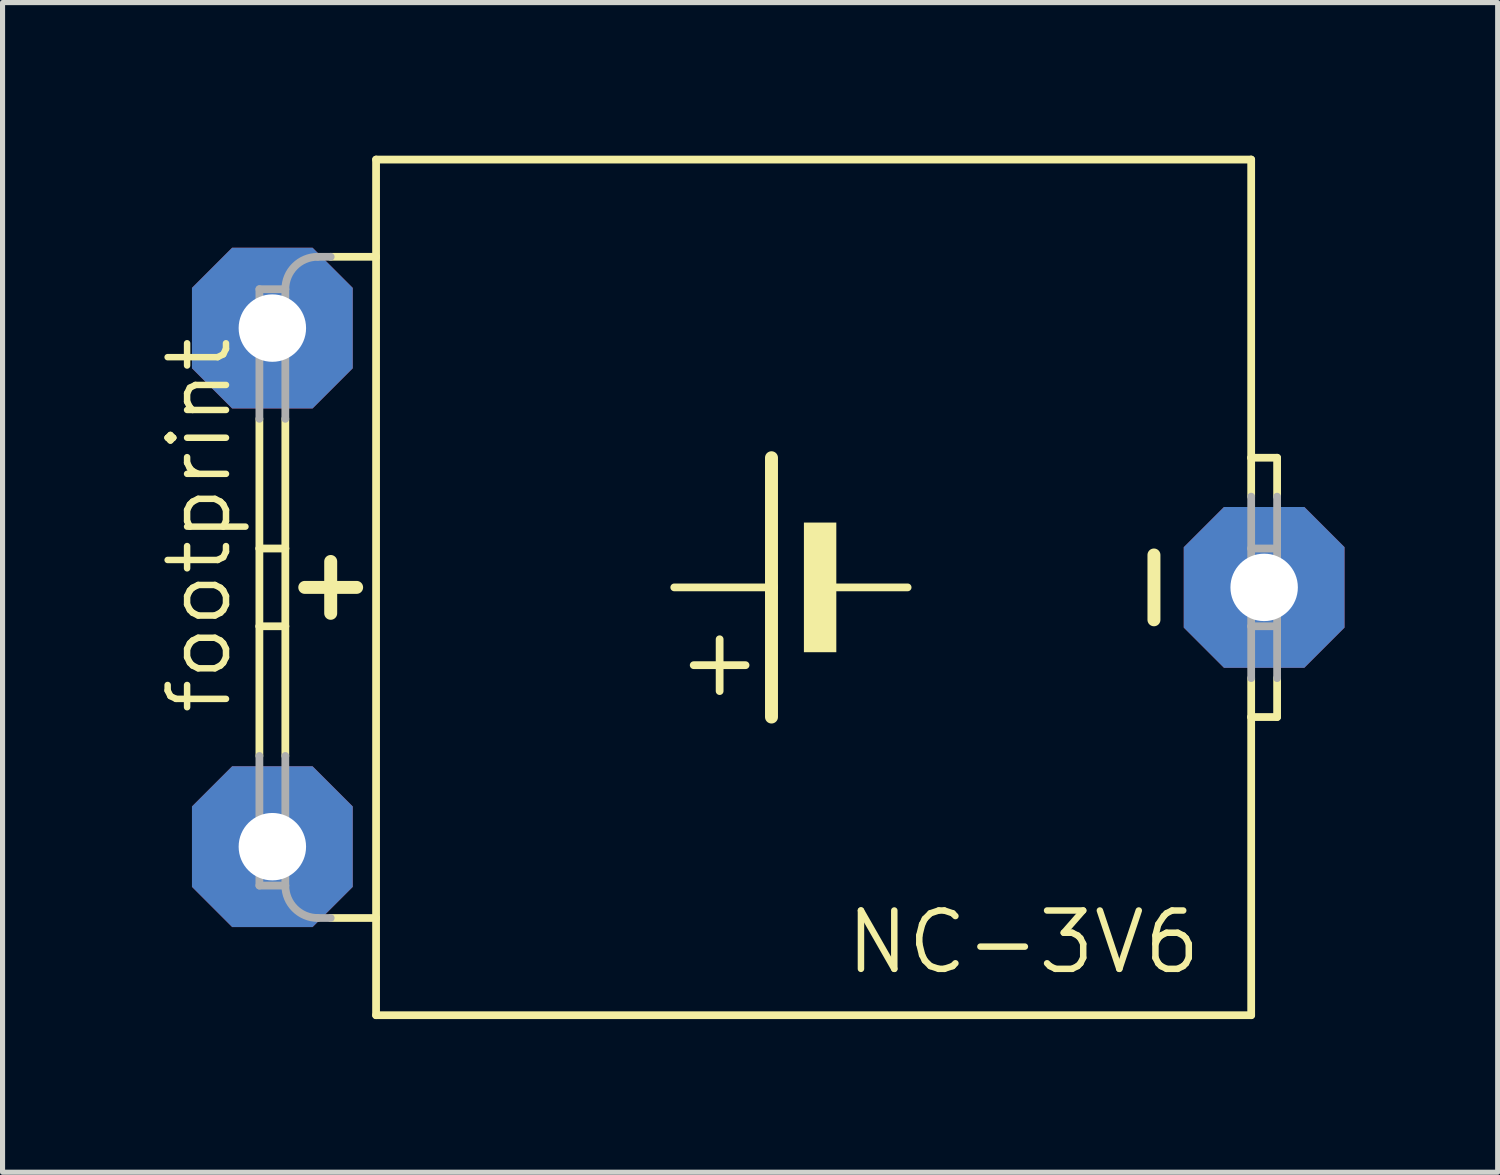
<source format=kicad_pcb>
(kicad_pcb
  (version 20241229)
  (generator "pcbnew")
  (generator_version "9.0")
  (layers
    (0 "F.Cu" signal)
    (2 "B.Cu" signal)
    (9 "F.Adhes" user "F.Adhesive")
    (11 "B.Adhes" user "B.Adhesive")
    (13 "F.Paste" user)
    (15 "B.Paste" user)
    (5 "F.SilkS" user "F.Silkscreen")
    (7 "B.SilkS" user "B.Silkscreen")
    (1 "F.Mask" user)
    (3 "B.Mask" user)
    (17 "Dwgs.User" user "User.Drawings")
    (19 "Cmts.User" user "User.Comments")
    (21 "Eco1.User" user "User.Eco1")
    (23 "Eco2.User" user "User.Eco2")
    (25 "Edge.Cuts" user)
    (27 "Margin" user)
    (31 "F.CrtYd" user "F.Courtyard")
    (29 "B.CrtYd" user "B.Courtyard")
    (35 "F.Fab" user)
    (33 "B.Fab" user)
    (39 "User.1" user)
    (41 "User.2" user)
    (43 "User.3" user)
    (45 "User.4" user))
  (footprint "footprint"
    (layer "F.Cu")
    (at 12.446 8.458)
    (property "Reference" "footprint" (at -10.922 2.54 90) (layer "F.SilkS") (effects (font (size 1.143 1.143) (thickness 0.127)) (justify left bottom)))
    (fp_line (start -10.414 -0.762) (end -10.414 -3.302) (stroke (width 0.152) (type solid)) (layer "F.SilkS"))
    (fp_line (start -10.414 0.762) (end -10.414 -0.762) (stroke (width 0.152) (type solid)) (layer "F.SilkS"))
    (fp_line (start -10.414 3.302) (end -10.414 0.762) (stroke (width 0.152) (type solid)) (layer "F.SilkS"))
    (fp_line (start -9.906 -0.762) (end -10.414 -0.762) (stroke (width 0.152) (type solid)) (layer "F.SilkS"))
    (fp_line (start -9.906 -0.762) (end -9.906 -3.302) (stroke (width 0.152) (type solid)) (layer "F.SilkS"))
    (fp_line (start -9.906 0.762) (end -10.414 0.762) (stroke (width 0.152) (type solid)) (layer "F.SilkS"))
    (fp_line (start -9.906 0.762) (end -9.906 -0.762) (stroke (width 0.152) (type solid)) (layer "F.SilkS"))
    (fp_line (start -9.906 3.302) (end -9.906 0.762) (stroke (width 0.152) (type solid)) (layer "F.SilkS"))
    (fp_line (start -9.525 0) (end -8.509 0) (stroke (width 0.254) (type solid)) (layer "F.SilkS"))
    (fp_line (start -9.017 -0.508) (end -9.017 0.508) (stroke (width 0.254) (type solid)) (layer "F.SilkS"))
    (fp_line (start -9.017 6.477) (end -8.128 6.477) (stroke (width 0.152) (type solid)) (layer "F.SilkS"))
    (fp_line (start -8.128 -8.382) (end 9.017 -8.382) (stroke (width 0.152) (type solid)) (layer "F.SilkS"))
    (fp_line (start -8.128 -6.477) (end -9.017 -6.477) (stroke (width 0.152) (type solid)) (layer "F.SilkS"))
    (fp_line (start -8.128 -6.477) (end -8.128 -8.382) (stroke (width 0.152) (type solid)) (layer "F.SilkS"))
    (fp_line (start -8.128 -6.477) (end -8.128 6.477) (stroke (width 0.152) (type solid)) (layer "F.SilkS"))
    (fp_line (start -8.128 6.477) (end -8.128 8.382) (stroke (width 0.152) (type solid)) (layer "F.SilkS"))
    (fp_line (start -8.128 8.382) (end 9.017 8.382) (stroke (width 0.152) (type solid)) (layer "F.SilkS"))
    (fp_line (start -1.397 2.032) (end -1.397 1.016) (stroke (width 0.152) (type solid)) (layer "F.SilkS"))
    (fp_line (start -0.889 1.524) (end -1.905 1.524) (stroke (width 0.152) (type solid)) (layer "F.SilkS"))
    (fp_line (start -0.381 0) (end -2.286 0) (stroke (width 0.152) (type solid)) (layer "F.SilkS"))
    (fp_line (start -0.381 0) (end -0.381 -2.54) (stroke (width 0.254) (type solid)) (layer "F.SilkS"))
    (fp_line (start -0.381 2.54) (end -0.381 0) (stroke (width 0.254) (type solid)) (layer "F.SilkS"))
    (fp_line (start 2.286 0) (end 0.889 0) (stroke (width 0.152) (type solid)) (layer "F.SilkS"))
    (fp_line (start 7.112 -0.635) (end 7.112 0.635) (stroke (width 0.254) (type solid)) (layer "F.SilkS"))
    (fp_line (start 9.017 -2.54) (end 9.017 -8.382) (stroke (width 0.152) (type solid)) (layer "F.SilkS"))
    (fp_line (start 9.017 -1.778) (end 9.017 -2.54) (stroke (width 0.152) (type solid)) (layer "F.SilkS"))
    (fp_line (start 9.017 2.54) (end 9.017 1.778) (stroke (width 0.152) (type solid)) (layer "F.SilkS"))
    (fp_line (start 9.017 8.382) (end 9.017 2.54) (stroke (width 0.152) (type solid)) (layer "F.SilkS"))
    (fp_line (start 9.525 -2.54) (end 9.017 -2.54) (stroke (width 0.152) (type solid)) (layer "F.SilkS"))
    (fp_line (start 9.525 -1.778) (end 9.525 -2.54) (stroke (width 0.152) (type solid)) (layer "F.SilkS"))
    (fp_line (start 9.525 1.778) (end 9.525 2.54) (stroke (width 0.152) (type solid)) (layer "F.SilkS"))
    (fp_line (start 9.525 2.54) (end 9.017 2.54) (stroke (width 0.152) (type solid)) (layer "F.SilkS"))
    (fp_poly (pts (xy 0.254 1.27) (xy 0.889 1.27) (xy 0.889 -1.27) (xy 0.254 -1.27)) (stroke (width 0) (type solid)) (fill yes) (layer "F.SilkS"))
    (fp_line (start -10.414 -3.302) (end -10.414 -5.842) (stroke (width 0.152) (type solid)) (layer "F.Fab"))
    (fp_line (start -10.414 5.842) (end -10.414 3.302) (stroke (width 0.152) (type solid)) (layer "F.Fab"))
    (fp_line (start -9.906 -5.842) (end -10.414 -5.842) (stroke (width 0.152) (type solid)) (layer "F.Fab"))
    (fp_line (start -9.906 -3.302) (end -9.906 -5.842) (stroke (width 0.152) (type solid)) (layer "F.Fab"))
    (fp_line (start -9.906 5.842) (end -10.414 5.842) (stroke (width 0.152) (type solid)) (layer "F.Fab"))
    (fp_line (start -9.906 5.842) (end -9.906 3.302) (stroke (width 0.152) (type solid)) (layer "F.Fab"))
    (fp_line (start -9.271 -6.477) (end -9.017 -6.477) (stroke (width 0.152) (type solid)) (layer "F.Fab"))
    (fp_line (start -9.271 6.477) (end -9.017 6.477) (stroke (width 0.152) (type solid)) (layer "F.Fab"))
    (fp_line (start 9.017 -0.762) (end 9.017 -1.778) (stroke (width 0.152) (type solid)) (layer "F.Fab"))
    (fp_line (start 9.017 0.762) (end 9.017 -0.762) (stroke (width 0.152) (type solid)) (layer "F.Fab"))
    (fp_line (start 9.017 1.778) (end 9.017 0.762) (stroke (width 0.152) (type solid)) (layer "F.Fab"))
    (fp_line (start 9.525 -0.762) (end 9.017 -0.762) (stroke (width 0.152) (type solid)) (layer "F.Fab"))
    (fp_line (start 9.525 -0.762) (end 9.525 -1.778) (stroke (width 0.152) (type solid)) (layer "F.Fab"))
    (fp_line (start 9.525 0.762) (end 9.017 0.762) (stroke (width 0.152) (type solid)) (layer "F.Fab"))
    (fp_line (start 9.525 0.762) (end 9.525 -0.762) (stroke (width 0.152) (type solid)) (layer "F.Fab"))
    (fp_line (start 9.525 1.778) (end 9.525 0.762) (stroke (width 0.152) (type solid)) (layer "F.Fab"))
    (fp_arc (start -9.906 -5.842) (mid -9.720013 -6.291013) (end -9.271 -6.477) (stroke (width 0.1524) (type solid)) (layer "F.Fab"))
    (fp_arc (start -9.271 6.477) (mid -9.720013 6.291013) (end -9.906 5.842) (stroke (width 0.1524) (type solid)) (layer "F.Fab"))
    (fp_text user "NC-3V6" (at 1.016 7.62 0) (layer "F.SilkS") (effects (font (size 1.143 1.143) (thickness 0.127)) (justify left bottom)))
    (pad "+" thru_hole roundrect (at -10.16 5.08) (size 3.15 3.15) (drill 1.321) (layers "*.Cu" "*.Mask") (roundrect_rratio 0.25) (chamfer_ratio 0.25) (chamfer top_left top_right bottom_left bottom_right))
    (pad "+@1" thru_hole roundrect (at -10.16 -5.08) (size 3.15 3.15) (drill 1.321) (layers "*.Cu" "*.Mask") (roundrect_rratio 0.25) (chamfer_ratio 0.25) (chamfer top_left top_right bottom_left bottom_right))
    (pad "-" thru_hole roundrect (at 9.271 0) (size 3.15 3.15) (drill 1.321) (layers "*.Cu" "*.Mask") (roundrect_rratio 0.25) (chamfer_ratio 0.25) (chamfer top_left top_right bottom_left bottom_right)))
  (gr_rect
    (start -3 -3)
    (end 26.292 19.916)
    (stroke (width 0.1) (type default))
    (fill no)
    (layer "Edge.Cuts")))
</source>
